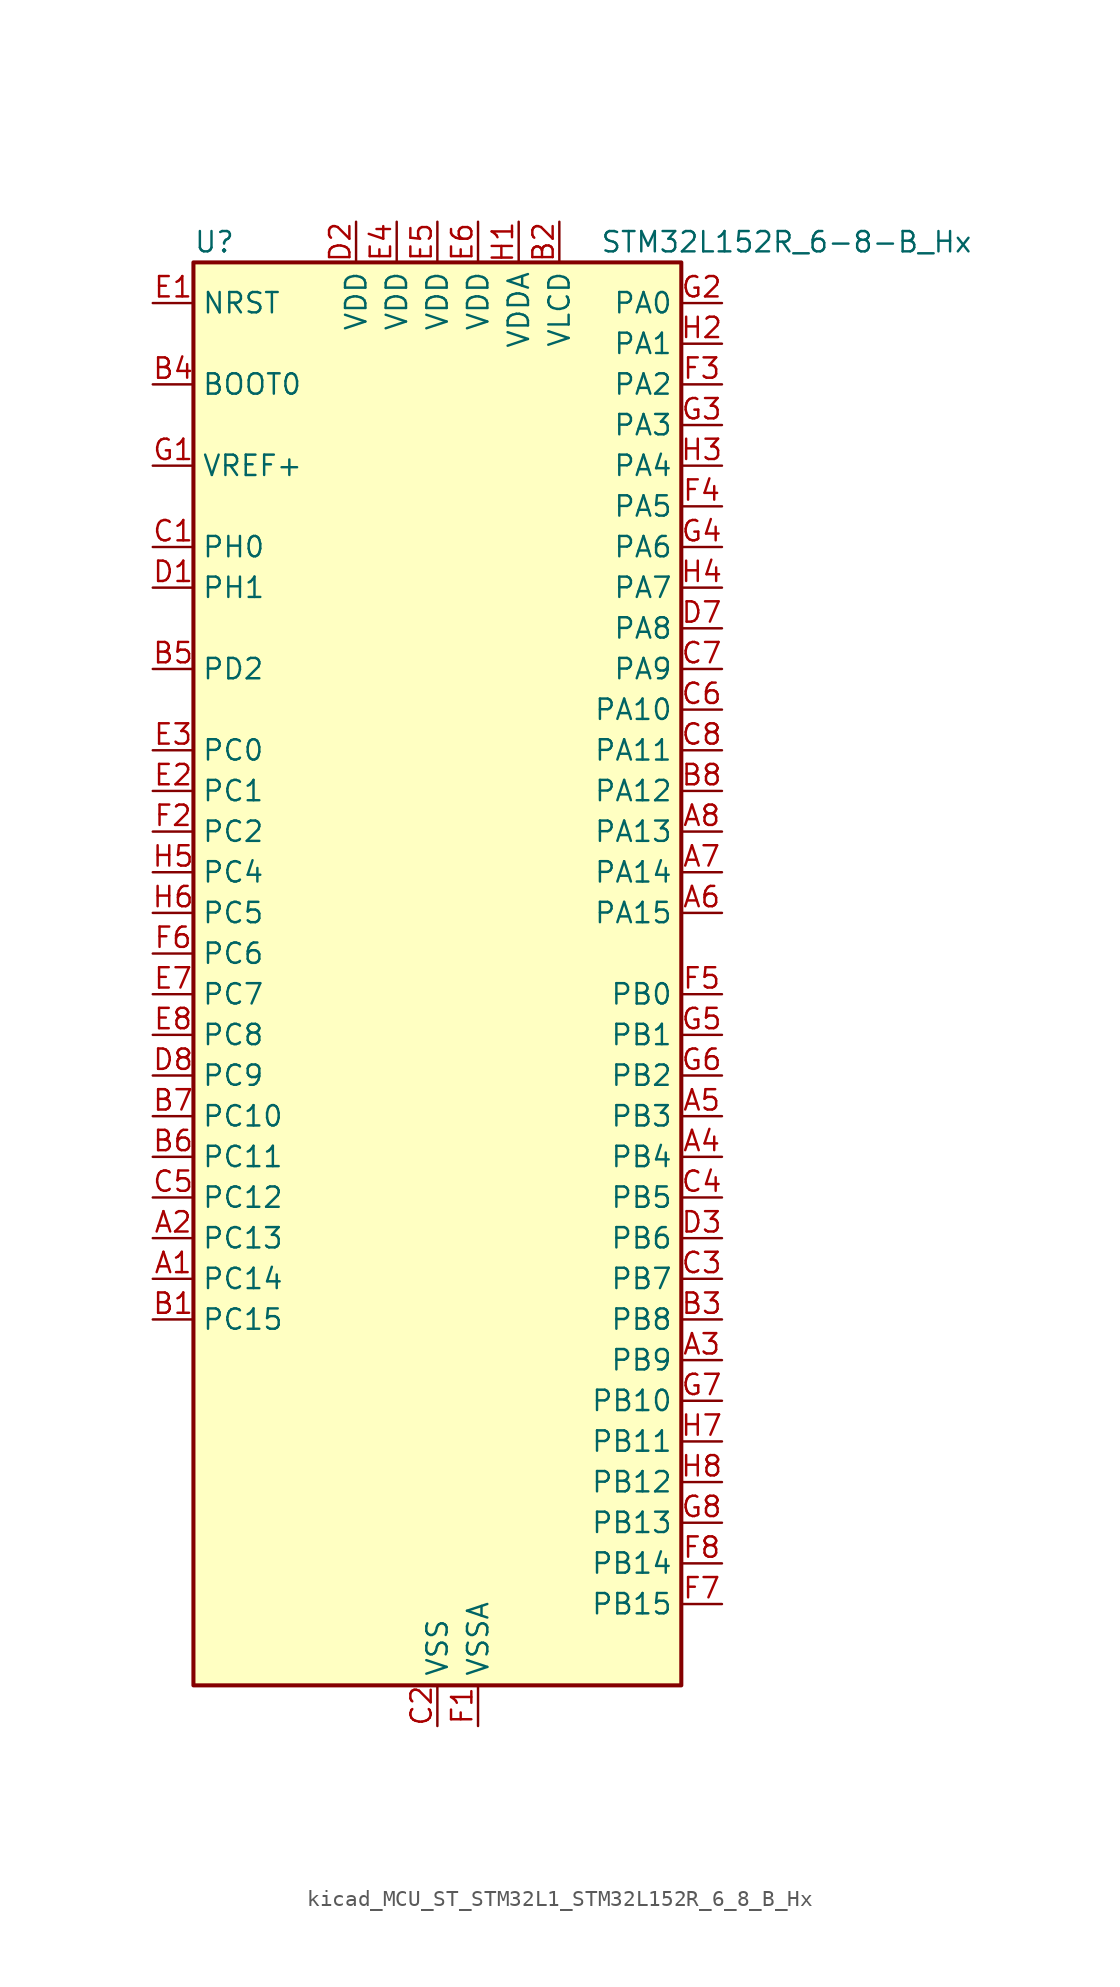
<source format=kicad_sym>
(kicad_symbol_lib
  (version 20220914)
  (generator kicad_symbol_editor)
  (symbol "kicad_MCU_ST_STM32L1_STM32L152R_6_8_B_Hx"
    (property "Reference" "U"
      (at -15.24 46.99 0)
      (effects (font (size 1.27 1.27)) (justify left)))
    (property "Value" "STM32L152R_6-8-B_Hx"
      (at 10.16 46.99 0)
      (effects (font (size 1.27 1.27)) (justify left)))
    (property "ki_locked" ""
      (at 0 0 0)
      (effects (font (size 1.27 1.27))))
    (symbol "kicad_MCU_ST_STM32L1_STM32L152R_6_8_B_Hx_0_1"
      (rectangle (start -15.24 -43.18) (end 15.24 45.72) (stroke (width 0.254) (type default)) (fill (type background))))
    (symbol "kicad_MCU_ST_STM32L1_STM32L152R_6_8_B_Hx_1_1"
      (pin bidirectional line (at -17.78 -17.78 0) (length 2.54) (name "PC14" (effects (font (size 1.27 1.27)))) (number "A1" (effects (font (size 1.27 1.27)))) (alternate "RCC_OSC32_IN" bidirectional line) (alternate "TIMX_IC3" bidirectional line))
      (pin bidirectional line (at -17.78 -15.24 0) (length 2.54) (name "PC13" (effects (font (size 1.27 1.27)))) (number "A2" (effects (font (size 1.27 1.27)))) (alternate "RTC_OUT_ALARM" bidirectional line) (alternate "RTC_OUT_CALIB" bidirectional line) (alternate "RTC_TAMP1" bidirectional line) (alternate "RTC_TS" bidirectional line) (alternate "SYS_WKUP2" bidirectional line) (alternate "TIMX_IC2" bidirectional line))
      (pin bidirectional line (at 17.78 -22.86 180) (length 2.54) (name "PB9" (effects (font (size 1.27 1.27)))) (number "A3" (effects (font (size 1.27 1.27)))) (alternate "DAC_EXTI9" bidirectional line) (alternate "I2C1_SDA" bidirectional line) (alternate "LCD_COM3" bidirectional line) (alternate "TIM11_CH1" bidirectional line) (alternate "TIM4_CH4" bidirectional line))
      (pin bidirectional line (at 17.78 -10.16 180) (length 2.54) (name "PB4" (effects (font (size 1.27 1.27)))) (number "A4" (effects (font (size 1.27 1.27)))) (alternate "COMP2_INP" bidirectional line) (alternate "LCD_SEG8" bidirectional line) (alternate "SPI1_MISO" bidirectional line) (alternate "SYS_JTRST" bidirectional line) (alternate "TIM3_CH1" bidirectional line) (alternate "TS_G6_IO1" bidirectional line))
      (pin bidirectional line (at 17.78 -7.62 180) (length 2.54) (name "PB3" (effects (font (size 1.27 1.27)))) (number "A5" (effects (font (size 1.27 1.27)))) (alternate "COMP2_INM" bidirectional line) (alternate "LCD_SEG7" bidirectional line) (alternate "SPI1_SCK" bidirectional line) (alternate "SYS_JTDO-TRACESWO" bidirectional line) (alternate "TIM2_CH2" bidirectional line))
      (pin bidirectional line (at 17.78 5.08 180) (length 2.54) (name "PA15" (effects (font (size 1.27 1.27)))) (number "A6" (effects (font (size 1.27 1.27)))) (alternate "ADC_EXTI15" bidirectional line) (alternate "LCD_SEG17" bidirectional line) (alternate "SPI1_NSS" bidirectional line) (alternate "SYS_JTDI" bidirectional line) (alternate "TIM2_CH1" bidirectional line) (alternate "TIM2_ETR" bidirectional line) (alternate "TIMX_IC4" bidirectional line) (alternate "TS_G5_IO3" bidirectional line))
      (pin bidirectional line (at 17.78 7.62 180) (length 2.54) (name "PA14" (effects (font (size 1.27 1.27)))) (number "A7" (effects (font (size 1.27 1.27)))) (alternate "SYS_JTCK-SWCLK" bidirectional line) (alternate "TIMX_IC3" bidirectional line) (alternate "TS_G5_IO2" bidirectional line))
      (pin bidirectional line (at 17.78 10.16 180) (length 2.54) (name "PA13" (effects (font (size 1.27 1.27)))) (number "A8" (effects (font (size 1.27 1.27)))) (alternate "SYS_JTMS-SWDIO" bidirectional line) (alternate "TIMX_IC2" bidirectional line) (alternate "TS_G5_IO1" bidirectional line))
      (pin bidirectional line (at -17.78 -20.32 0) (length 2.54) (name "PC15" (effects (font (size 1.27 1.27)))) (number "B1" (effects (font (size 1.27 1.27)))) (alternate "ADC_EXTI15" bidirectional line) (alternate "RCC_OSC32_OUT" bidirectional line) (alternate "TIMX_IC4" bidirectional line))
      (pin power_in line (at 7.62 48.26 270) (length 2.54) (name "VLCD" (effects (font (size 1.27 1.27)))) (number "B2" (effects (font (size 1.27 1.27)))))
      (pin bidirectional line (at 17.78 -20.32 180) (length 2.54) (name "PB8" (effects (font (size 1.27 1.27)))) (number "B3" (effects (font (size 1.27 1.27)))) (alternate "I2C1_SCL" bidirectional line) (alternate "LCD_SEG16" bidirectional line) (alternate "TIM10_CH1" bidirectional line) (alternate "TIM4_CH3" bidirectional line))
      (pin input line (at -17.78 38.1 0) (length 2.54) (name "BOOT0" (effects (font (size 1.27 1.27)))) (number "B4" (effects (font (size 1.27 1.27)))))
      (pin bidirectional line (at -17.78 20.32 0) (length 2.54) (name "PD2" (effects (font (size 1.27 1.27)))) (number "B5" (effects (font (size 1.27 1.27)))) (alternate "LCD_COM7" bidirectional line) (alternate "LCD_SEG31" bidirectional line) (alternate "TIM3_ETR" bidirectional line) (alternate "TIMX_IC3" bidirectional line))
      (pin bidirectional line (at -17.78 -10.16 0) (length 2.54) (name "PC11" (effects (font (size 1.27 1.27)))) (number "B6" (effects (font (size 1.27 1.27)))) (alternate "ADC_EXTI11" bidirectional line) (alternate "LCD_COM5" bidirectional line) (alternate "LCD_SEG29" bidirectional line) (alternate "TIMX_IC4" bidirectional line) (alternate "USART3_RX" bidirectional line))
      (pin bidirectional line (at -17.78 -7.62 0) (length 2.54) (name "PC10" (effects (font (size 1.27 1.27)))) (number "B7" (effects (font (size 1.27 1.27)))) (alternate "LCD_COM4" bidirectional line) (alternate "LCD_SEG28" bidirectional line) (alternate "TIMX_IC3" bidirectional line) (alternate "USART3_TX" bidirectional line))
      (pin bidirectional line (at 17.78 12.7 180) (length 2.54) (name "PA12" (effects (font (size 1.27 1.27)))) (number "B8" (effects (font (size 1.27 1.27)))) (alternate "SPI1_MOSI" bidirectional line) (alternate "TIMX_IC1" bidirectional line) (alternate "USART1_RTS" bidirectional line) (alternate "USB_DP" bidirectional line))
      (pin bidirectional line (at -17.78 27.94 0) (length 2.54) (name "PH0" (effects (font (size 1.27 1.27)))) (number "C1" (effects (font (size 1.27 1.27)))) (alternate "RCC_OSC_IN" bidirectional line))
      (pin power_in line (at 0 -45.72 90) (length 2.54) (name "VSS" (effects (font (size 1.27 1.27)))) (number "C2" (effects (font (size 1.27 1.27)))))
      (pin bidirectional line (at 17.78 -17.78 180) (length 2.54) (name "PB7" (effects (font (size 1.27 1.27)))) (number "C3" (effects (font (size 1.27 1.27)))) (alternate "I2C1_SDA" bidirectional line) (alternate "SYS_PVD_IN" bidirectional line) (alternate "TIM4_CH2" bidirectional line) (alternate "USART1_RX" bidirectional line))
      (pin bidirectional line (at 17.78 -12.7 180) (length 2.54) (name "PB5" (effects (font (size 1.27 1.27)))) (number "C4" (effects (font (size 1.27 1.27)))) (alternate "COMP2_INP" bidirectional line) (alternate "I2C1_SMBA" bidirectional line) (alternate "LCD_SEG9" bidirectional line) (alternate "SPI1_MOSI" bidirectional line) (alternate "TIM3_CH2" bidirectional line) (alternate "TS_G6_IO2" bidirectional line))
      (pin bidirectional line (at -17.78 -12.7 0) (length 2.54) (name "PC12" (effects (font (size 1.27 1.27)))) (number "C5" (effects (font (size 1.27 1.27)))) (alternate "LCD_COM6" bidirectional line) (alternate "LCD_SEG30" bidirectional line) (alternate "TIMX_IC1" bidirectional line) (alternate "USART3_CK" bidirectional line))
      (pin bidirectional line (at 17.78 17.78 180) (length 2.54) (name "PA10" (effects (font (size 1.27 1.27)))) (number "C6" (effects (font (size 1.27 1.27)))) (alternate "LCD_COM2" bidirectional line) (alternate "TIMX_IC3" bidirectional line) (alternate "TS_G4_IO3" bidirectional line) (alternate "USART1_RX" bidirectional line))
      (pin bidirectional line (at 17.78 20.32 180) (length 2.54) (name "PA9" (effects (font (size 1.27 1.27)))) (number "C7" (effects (font (size 1.27 1.27)))) (alternate "DAC_EXTI9" bidirectional line) (alternate "LCD_COM1" bidirectional line) (alternate "TIMX_IC2" bidirectional line) (alternate "TS_G4_IO2" bidirectional line) (alternate "USART1_TX" bidirectional line))
      (pin bidirectional line (at 17.78 15.24 180) (length 2.54) (name "PA11" (effects (font (size 1.27 1.27)))) (number "C8" (effects (font (size 1.27 1.27)))) (alternate "ADC_EXTI11" bidirectional line) (alternate "SPI1_MISO" bidirectional line) (alternate "TIMX_IC4" bidirectional line) (alternate "USART1_CTS" bidirectional line) (alternate "USB_DM" bidirectional line))
      (pin bidirectional line (at -17.78 25.4 0) (length 2.54) (name "PH1" (effects (font (size 1.27 1.27)))) (number "D1" (effects (font (size 1.27 1.27)))) (alternate "RCC_OSC_OUT" bidirectional line))
      (pin power_in line (at -5.08 48.26 270) (length 2.54) (name "VDD" (effects (font (size 1.27 1.27)))) (number "D2" (effects (font (size 1.27 1.27)))))
      (pin bidirectional line (at 17.78 -15.24 180) (length 2.54) (name "PB6" (effects (font (size 1.27 1.27)))) (number "D3" (effects (font (size 1.27 1.27)))) (alternate "I2C1_SCL" bidirectional line) (alternate "TIM4_CH1" bidirectional line) (alternate "USART1_TX" bidirectional line))
      (pin passive line (at 0 -45.72 90) (length 2.54) hide (name "VSS" (effects (font (size 1.27 1.27)))) (number "D4" (effects (font (size 1.27 1.27)))))
      (pin passive line (at 0 -45.72 90) (length 2.54) hide (name "VSS" (effects (font (size 1.27 1.27)))) (number "D5" (effects (font (size 1.27 1.27)))))
      (pin passive line (at 0 -45.72 90) (length 2.54) hide (name "VSS" (effects (font (size 1.27 1.27)))) (number "D6" (effects (font (size 1.27 1.27)))))
      (pin bidirectional line (at 17.78 22.86 180) (length 2.54) (name "PA8" (effects (font (size 1.27 1.27)))) (number "D7" (effects (font (size 1.27 1.27)))) (alternate "LCD_COM0" bidirectional line) (alternate "RCC_MCO" bidirectional line) (alternate "TIMX_IC1" bidirectional line) (alternate "TS_G4_IO1" bidirectional line) (alternate "USART1_CK" bidirectional line))
      (pin bidirectional line (at -17.78 -5.08 0) (length 2.54) (name "PC9" (effects (font (size 1.27 1.27)))) (number "D8" (effects (font (size 1.27 1.27)))) (alternate "DAC_EXTI9" bidirectional line) (alternate "LCD_SEG27" bidirectional line) (alternate "TIM3_CH4" bidirectional line) (alternate "TIMX_IC2" bidirectional line) (alternate "TS_G10_IO4" bidirectional line))
      (pin input line (at -17.78 43.18 0) (length 2.54) (name "NRST" (effects (font (size 1.27 1.27)))) (number "E1" (effects (font (size 1.27 1.27)))))
      (pin bidirectional line (at -17.78 12.7 0) (length 2.54) (name "PC1" (effects (font (size 1.27 1.27)))) (number "E2" (effects (font (size 1.27 1.27)))) (alternate "ADC_IN11" bidirectional line) (alternate "COMP1_INP" bidirectional line) (alternate "LCD_SEG19" bidirectional line) (alternate "TIMX_IC2" bidirectional line) (alternate "TS_G8_IO2" bidirectional line))
      (pin bidirectional line (at -17.78 15.24 0) (length 2.54) (name "PC0" (effects (font (size 1.27 1.27)))) (number "E3" (effects (font (size 1.27 1.27)))) (alternate "ADC_IN10" bidirectional line) (alternate "COMP1_INP" bidirectional line) (alternate "LCD_SEG18" bidirectional line) (alternate "TIMX_IC1" bidirectional line) (alternate "TS_G8_IO1" bidirectional line))
      (pin power_in line (at -2.54 48.26 270) (length 2.54) (name "VDD" (effects (font (size 1.27 1.27)))) (number "E4" (effects (font (size 1.27 1.27)))))
      (pin power_in line (at 0 48.26 270) (length 2.54) (name "VDD" (effects (font (size 1.27 1.27)))) (number "E5" (effects (font (size 1.27 1.27)))))
      (pin power_in line (at 2.54 48.26 270) (length 2.54) (name "VDD" (effects (font (size 1.27 1.27)))) (number "E6" (effects (font (size 1.27 1.27)))))
      (pin bidirectional line (at -17.78 0 0) (length 2.54) (name "PC7" (effects (font (size 1.27 1.27)))) (number "E7" (effects (font (size 1.27 1.27)))) (alternate "LCD_SEG25" bidirectional line) (alternate "TIM3_CH2" bidirectional line) (alternate "TIMX_IC4" bidirectional line) (alternate "TS_G10_IO2" bidirectional line))
      (pin bidirectional line (at -17.78 -2.54 0) (length 2.54) (name "PC8" (effects (font (size 1.27 1.27)))) (number "E8" (effects (font (size 1.27 1.27)))) (alternate "LCD_SEG26" bidirectional line) (alternate "TIM3_CH3" bidirectional line) (alternate "TIMX_IC1" bidirectional line) (alternate "TS_G10_IO3" bidirectional line))
      (pin power_in line (at 2.54 -45.72 90) (length 2.54) (name "VSSA" (effects (font (size 1.27 1.27)))) (number "F1" (effects (font (size 1.27 1.27)))))
      (pin bidirectional line (at -17.78 10.16 0) (length 2.54) (name "PC2" (effects (font (size 1.27 1.27)))) (number "F2" (effects (font (size 1.27 1.27)))) (alternate "ADC_IN12" bidirectional line) (alternate "COMP1_INP" bidirectional line) (alternate "LCD_SEG20" bidirectional line) (alternate "TIMX_IC3" bidirectional line) (alternate "TS_G8_IO3" bidirectional line))
      (pin bidirectional line (at 17.78 38.1 180) (length 2.54) (name "PA2" (effects (font (size 1.27 1.27)))) (number "F3" (effects (font (size 1.27 1.27)))) (alternate "ADC_IN2" bidirectional line) (alternate "COMP1_INP" bidirectional line) (alternate "LCD_SEG1" bidirectional line) (alternate "TIM2_CH3" bidirectional line) (alternate "TIM9_CH1" bidirectional line) (alternate "TIMX_IC3" bidirectional line) (alternate "TS_G1_IO3" bidirectional line) (alternate "USART2_TX" bidirectional line))
      (pin bidirectional line (at 17.78 30.48 180) (length 2.54) (name "PA5" (effects (font (size 1.27 1.27)))) (number "F4" (effects (font (size 1.27 1.27)))) (alternate "ADC_IN5" bidirectional line) (alternate "COMP1_INP" bidirectional line) (alternate "DAC_OUT2" bidirectional line) (alternate "SPI1_SCK" bidirectional line) (alternate "TIM2_CH1" bidirectional line) (alternate "TIM2_ETR" bidirectional line) (alternate "TIMX_IC2" bidirectional line))
      (pin bidirectional line (at 17.78 0 180) (length 2.54) (name "PB0" (effects (font (size 1.27 1.27)))) (number "F5" (effects (font (size 1.27 1.27)))) (alternate "ADC_IN8" bidirectional line) (alternate "COMP1_INP" bidirectional line) (alternate "LCD_SEG5" bidirectional line) (alternate "SYS_V_REF_OUT" bidirectional line) (alternate "TIM3_CH3" bidirectional line) (alternate "TS_G3_IO1" bidirectional line))
      (pin bidirectional line (at -17.78 2.54 0) (length 2.54) (name "PC6" (effects (font (size 1.27 1.27)))) (number "F6" (effects (font (size 1.27 1.27)))) (alternate "LCD_SEG24" bidirectional line) (alternate "TIM3_CH1" bidirectional line) (alternate "TIMX_IC3" bidirectional line) (alternate "TS_G10_IO1" bidirectional line))
      (pin bidirectional line (at 17.78 -38.1 180) (length 2.54) (name "PB15" (effects (font (size 1.27 1.27)))) (number "F7" (effects (font (size 1.27 1.27)))) (alternate "ADC_EXTI15" bidirectional line) (alternate "ADC_IN21" bidirectional line) (alternate "COMP1_INP" bidirectional line) (alternate "LCD_SEG15" bidirectional line) (alternate "RTC_REFIN" bidirectional line) (alternate "SPI2_MOSI" bidirectional line) (alternate "TIM11_CH1" bidirectional line) (alternate "TS_G7_IO4" bidirectional line))
      (pin bidirectional line (at 17.78 -35.56 180) (length 2.54) (name "PB14" (effects (font (size 1.27 1.27)))) (number "F8" (effects (font (size 1.27 1.27)))) (alternate "ADC_IN20" bidirectional line) (alternate "COMP1_INP" bidirectional line) (alternate "LCD_SEG14" bidirectional line) (alternate "SPI2_MISO" bidirectional line) (alternate "TIM9_CH2" bidirectional line) (alternate "TS_G7_IO3" bidirectional line) (alternate "USART3_RTS" bidirectional line))
      (pin input line (at -17.78 33.02 0) (length 2.54) (name "VREF+" (effects (font (size 1.27 1.27)))) (number "G1" (effects (font (size 1.27 1.27)))))
      (pin bidirectional line (at 17.78 43.18 180) (length 2.54) (name "PA0" (effects (font (size 1.27 1.27)))) (number "G2" (effects (font (size 1.27 1.27)))) (alternate "ADC_IN0" bidirectional line) (alternate "COMP1_INP" bidirectional line) (alternate "SYS_WKUP1" bidirectional line) (alternate "TIM2_CH1" bidirectional line) (alternate "TIM2_ETR" bidirectional line) (alternate "TIMX_IC1" bidirectional line) (alternate "TS_G1_IO1" bidirectional line) (alternate "USART2_CTS" bidirectional line))
      (pin bidirectional line (at 17.78 35.56 180) (length 2.54) (name "PA3" (effects (font (size 1.27 1.27)))) (number "G3" (effects (font (size 1.27 1.27)))) (alternate "ADC_IN3" bidirectional line) (alternate "COMP1_INP" bidirectional line) (alternate "LCD_SEG2" bidirectional line) (alternate "TIM2_CH4" bidirectional line) (alternate "TIM9_CH2" bidirectional line) (alternate "TIMX_IC4" bidirectional line) (alternate "TS_G1_IO4" bidirectional line) (alternate "USART2_RX" bidirectional line))
      (pin bidirectional line (at 17.78 27.94 180) (length 2.54) (name "PA6" (effects (font (size 1.27 1.27)))) (number "G4" (effects (font (size 1.27 1.27)))) (alternate "ADC_IN6" bidirectional line) (alternate "COMP1_INP" bidirectional line) (alternate "LCD_SEG3" bidirectional line) (alternate "SPI1_MISO" bidirectional line) (alternate "TIM10_CH1" bidirectional line) (alternate "TIM3_CH1" bidirectional line) (alternate "TIMX_IC3" bidirectional line) (alternate "TS_G2_IO1" bidirectional line))
      (pin bidirectional line (at 17.78 -2.54 180) (length 2.54) (name "PB1" (effects (font (size 1.27 1.27)))) (number "G5" (effects (font (size 1.27 1.27)))) (alternate "ADC_IN9" bidirectional line) (alternate "COMP1_INP" bidirectional line) (alternate "LCD_SEG6" bidirectional line) (alternate "SYS_V_REF_OUT" bidirectional line) (alternate "TIM3_CH4" bidirectional line) (alternate "TS_G3_IO2" bidirectional line))
      (pin bidirectional line (at 17.78 -5.08 180) (length 2.54) (name "PB2" (effects (font (size 1.27 1.27)))) (number "G6" (effects (font (size 1.27 1.27)))))
      (pin bidirectional line (at 17.78 -25.4 180) (length 2.54) (name "PB10" (effects (font (size 1.27 1.27)))) (number "G7" (effects (font (size 1.27 1.27)))) (alternate "I2C2_SCL" bidirectional line) (alternate "LCD_SEG10" bidirectional line) (alternate "TIM2_CH3" bidirectional line) (alternate "USART3_TX" bidirectional line))
      (pin bidirectional line (at 17.78 -33.02 180) (length 2.54) (name "PB13" (effects (font (size 1.27 1.27)))) (number "G8" (effects (font (size 1.27 1.27)))) (alternate "ADC_IN19" bidirectional line) (alternate "COMP1_INP" bidirectional line) (alternate "LCD_SEG13" bidirectional line) (alternate "SPI2_SCK" bidirectional line) (alternate "TIM9_CH1" bidirectional line) (alternate "TS_G7_IO2" bidirectional line) (alternate "USART3_CTS" bidirectional line))
      (pin power_in line (at 5.08 48.26 270) (length 2.54) (name "VDDA" (effects (font (size 1.27 1.27)))) (number "H1" (effects (font (size 1.27 1.27)))))
      (pin bidirectional line (at 17.78 40.64 180) (length 2.54) (name "PA1" (effects (font (size 1.27 1.27)))) (number "H2" (effects (font (size 1.27 1.27)))) (alternate "ADC_IN1" bidirectional line) (alternate "COMP1_INP" bidirectional line) (alternate "LCD_SEG0" bidirectional line) (alternate "TIM2_CH2" bidirectional line) (alternate "TIMX_IC2" bidirectional line) (alternate "TS_G1_IO2" bidirectional line) (alternate "USART2_RTS" bidirectional line))
      (pin bidirectional line (at 17.78 33.02 180) (length 2.54) (name "PA4" (effects (font (size 1.27 1.27)))) (number "H3" (effects (font (size 1.27 1.27)))) (alternate "ADC_IN4" bidirectional line) (alternate "COMP1_INP" bidirectional line) (alternate "DAC_OUT1" bidirectional line) (alternate "SPI1_NSS" bidirectional line) (alternate "TIMX_IC1" bidirectional line) (alternate "USART2_CK" bidirectional line))
      (pin bidirectional line (at 17.78 25.4 180) (length 2.54) (name "PA7" (effects (font (size 1.27 1.27)))) (number "H4" (effects (font (size 1.27 1.27)))) (alternate "ADC_IN7" bidirectional line) (alternate "COMP1_INP" bidirectional line) (alternate "LCD_SEG4" bidirectional line) (alternate "SPI1_MOSI" bidirectional line) (alternate "TIM11_CH1" bidirectional line) (alternate "TIM3_CH2" bidirectional line) (alternate "TIMX_IC4" bidirectional line) (alternate "TS_G2_IO2" bidirectional line))
      (pin bidirectional line (at -17.78 7.62 0) (length 2.54) (name "PC4" (effects (font (size 1.27 1.27)))) (number "H5" (effects (font (size 1.27 1.27)))) (alternate "ADC_IN14" bidirectional line) (alternate "COMP1_INP" bidirectional line) (alternate "LCD_SEG22" bidirectional line) (alternate "TIMX_IC1" bidirectional line) (alternate "TS_G9_IO1" bidirectional line))
      (pin bidirectional line (at -17.78 5.08 0) (length 2.54) (name "PC5" (effects (font (size 1.27 1.27)))) (number "H6" (effects (font (size 1.27 1.27)))) (alternate "ADC_IN15" bidirectional line) (alternate "COMP1_INP" bidirectional line) (alternate "LCD_SEG23" bidirectional line) (alternate "TIMX_IC2" bidirectional line) (alternate "TS_G9_IO2" bidirectional line))
      (pin bidirectional line (at 17.78 -27.94 180) (length 2.54) (name "PB11" (effects (font (size 1.27 1.27)))) (number "H7" (effects (font (size 1.27 1.27)))) (alternate "ADC_EXTI11" bidirectional line) (alternate "I2C2_SDA" bidirectional line) (alternate "LCD_SEG11" bidirectional line) (alternate "TIM2_CH4" bidirectional line) (alternate "USART3_RX" bidirectional line))
      (pin bidirectional line (at 17.78 -30.48 180) (length 2.54) (name "PB12" (effects (font (size 1.27 1.27)))) (number "H8" (effects (font (size 1.27 1.27)))) (alternate "ADC_IN18" bidirectional line) (alternate "COMP1_INP" bidirectional line) (alternate "I2C2_SMBA" bidirectional line) (alternate "LCD_SEG12" bidirectional line) (alternate "SPI2_NSS" bidirectional line) (alternate "TIM10_CH1" bidirectional line) (alternate "TS_G7_IO1" bidirectional line) (alternate "USART3_CK" bidirectional line)))))
</source>
